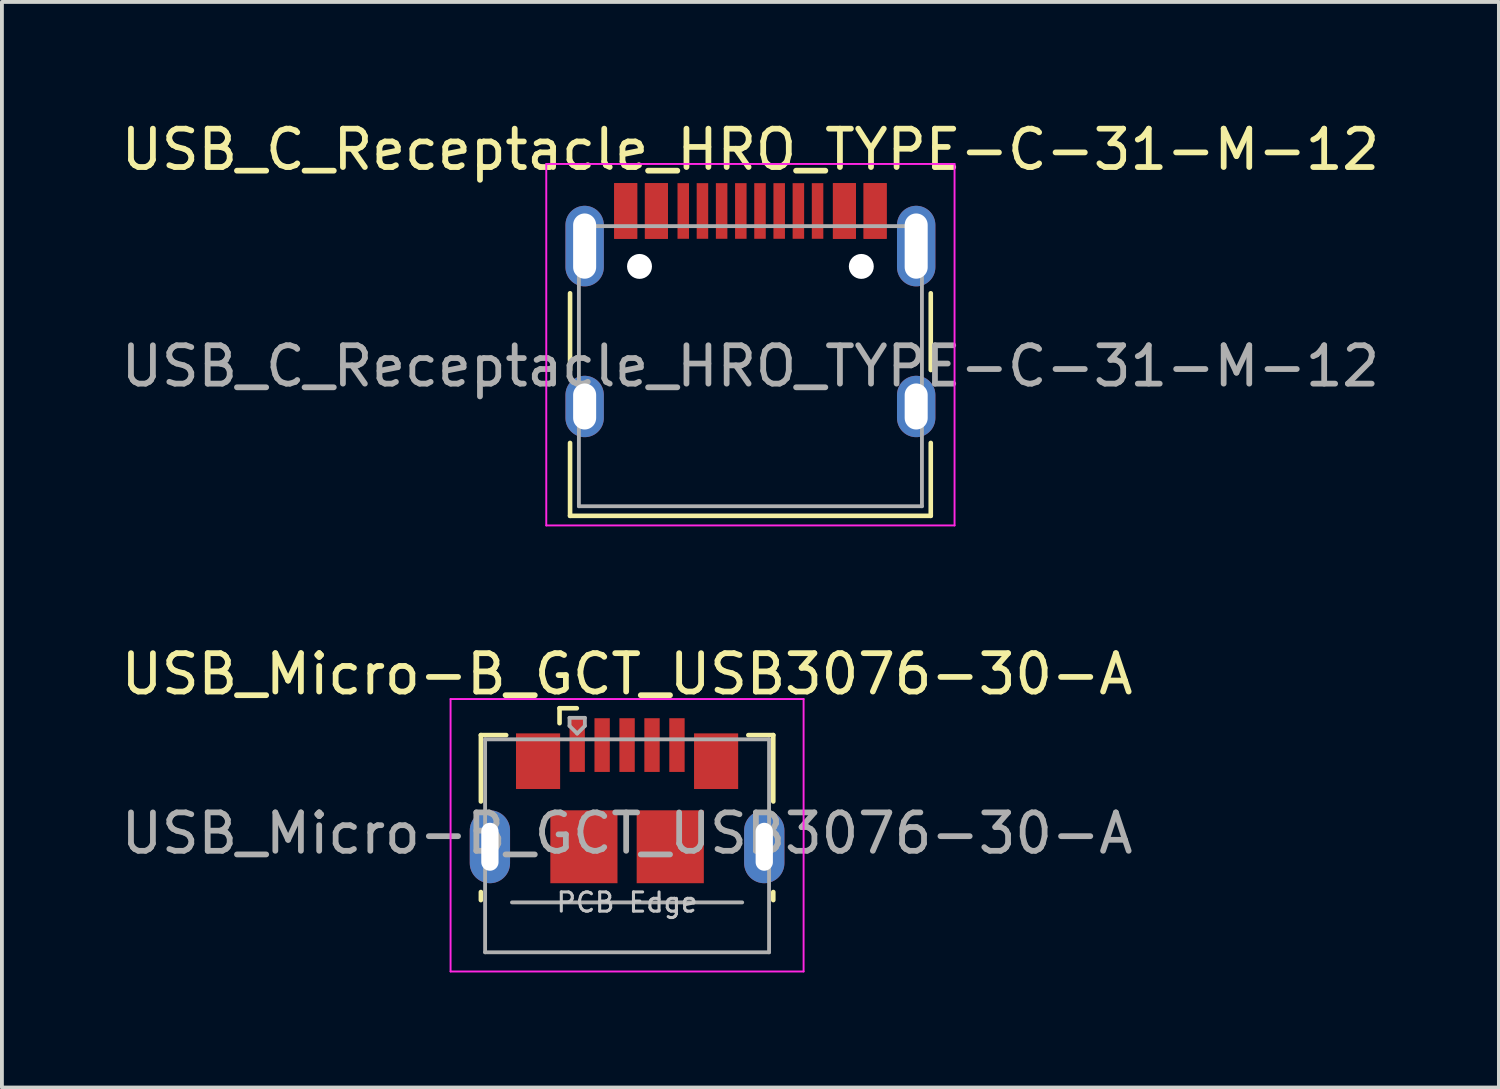
<source format=kicad_pcb>
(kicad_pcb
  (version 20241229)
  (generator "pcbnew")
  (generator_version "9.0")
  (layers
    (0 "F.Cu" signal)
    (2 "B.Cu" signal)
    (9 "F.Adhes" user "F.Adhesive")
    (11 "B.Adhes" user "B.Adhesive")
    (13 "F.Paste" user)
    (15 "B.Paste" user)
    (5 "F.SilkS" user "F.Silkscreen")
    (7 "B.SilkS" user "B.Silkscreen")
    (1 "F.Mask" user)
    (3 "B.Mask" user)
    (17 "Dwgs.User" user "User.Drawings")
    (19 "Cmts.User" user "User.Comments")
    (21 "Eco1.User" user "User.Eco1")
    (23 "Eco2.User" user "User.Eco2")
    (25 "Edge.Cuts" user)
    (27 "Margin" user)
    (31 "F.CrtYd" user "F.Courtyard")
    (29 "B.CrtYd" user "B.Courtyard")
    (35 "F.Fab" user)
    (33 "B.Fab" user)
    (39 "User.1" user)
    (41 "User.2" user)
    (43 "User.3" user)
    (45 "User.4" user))
  (footprint "USB_Micro-B_GCT_USB3076-30-A"
    (layer "F.Cu")
    (at 13.292 17.817)
    (property "Reference" "USB_Micro-B_GCT_USB3076-30-A" (at 0 -3.3 0) (layer "F.SilkS") (effects (font (size 1 1) (thickness 0.15))))
    (attr smd)
    (fp_line (start -3.81 -1.71) (end -3.15 -1.71) (stroke (width 0.12) (type solid)) (layer "F.SilkS"))
    (fp_line (start -3.81 0.02) (end -3.81 -1.71) (stroke (width 0.12) (type solid)) (layer "F.SilkS"))
    (fp_line (start -3.81 2.59) (end -3.81 2.38) (stroke (width 0.12) (type solid)) (layer "F.SilkS"))
    (fp_line (start -1.76 -2.41) (end -1.76 -2.02) (stroke (width 0.12) (type solid)) (layer "F.SilkS"))
    (fp_line (start -1.76 -2.41) (end -1.31 -2.41) (stroke (width 0.12) (type solid)) (layer "F.SilkS"))
    (fp_line (start 3.81 -1.71) (end 3.16 -1.71) (stroke (width 0.12) (type solid)) (layer "F.SilkS"))
    (fp_line (start 3.81 0.02) (end 3.81 -1.71) (stroke (width 0.12) (type solid)) (layer "F.SilkS"))
    (fp_line (start 3.81 2.59) (end 3.81 2.38) (stroke (width 0.12) (type solid)) (layer "F.SilkS"))
    (fp_line (start -4.6 -2.65) (end 4.6 -2.65) (stroke (width 0.05) (type solid)) (layer "F.CrtYd"))
    (fp_line (start -4.6 4.45) (end -4.6 -2.65) (stroke (width 0.05) (type solid)) (layer "F.CrtYd"))
    (fp_line (start -4.6 4.45) (end 4.6 4.45) (stroke (width 0.05) (type solid)) (layer "F.CrtYd"))
    (fp_line (start 4.6 -2.65) (end 4.6 4.45) (stroke (width 0.05) (type solid)) (layer "F.CrtYd"))
    (fp_line (start -3.7 -1.6) (end 3.7 -1.6) (stroke (width 0.1) (type solid)) (layer "F.Fab"))
    (fp_line (start -3.7 3.95) (end -3.7 -1.6) (stroke (width 0.1) (type solid)) (layer "F.Fab"))
    (fp_line (start -3.7 3.95) (end 3.7 3.95) (stroke (width 0.1) (type solid)) (layer "F.Fab"))
    (fp_line (start -3 2.65) (end 3 2.65) (stroke (width 0.1) (type solid)) (layer "F.Fab"))
    (fp_line (start -1.5 -2.16) (end -1.5 -1.95) (stroke (width 0.1) (type solid)) (layer "F.Fab"))
    (fp_line (start -1.5 -2.16) (end -1.1 -2.16) (stroke (width 0.1) (type solid)) (layer "F.Fab"))
    (fp_line (start -1.3 -1.75) (end -1.5 -1.95) (stroke (width 0.1) (type solid)) (layer "F.Fab"))
    (fp_line (start -1.1 -2.16) (end -1.1 -1.95) (stroke (width 0.1) (type solid)) (layer "F.Fab"))
    (fp_line (start -1.1 -1.95) (end -1.3 -1.75) (stroke (width 0.1) (type solid)) (layer "F.Fab"))
    (fp_line (start 3.7 3.95) (end 3.7 -1.6) (stroke (width 0.1) (type solid)) (layer "F.Fab"))
    (fp_text user "PCB Edge" (at 0 2.65 0) (layer "Dwgs.User") (effects (font (size 0.5 0.5) (thickness 0.08))))
    (fp_text user "${REFERENCE}" (at 0 0.85 0) (layer "F.Fab") (effects (font (size 1 1) (thickness 0.15))))
    (pad "1" smd rect (at -1.3 -1.45) (size 0.4 1.4) (layers "F.Cu" "F.Mask" "F.Paste"))
    (pad "2" smd rect (at -0.65 -1.45) (size 0.4 1.4) (layers "F.Cu" "F.Mask" "F.Paste"))
    (pad "3" smd rect (at 0 -1.45) (size 0.4 1.4) (layers "F.Cu" "F.Mask" "F.Paste"))
    (pad "4" smd rect (at 0.65 -1.45) (size 0.4 1.4) (layers "F.Cu" "F.Mask" "F.Paste"))
    (pad "5" smd rect (at 1.3 -1.45) (size 0.4 1.4) (layers "F.Cu" "F.Mask" "F.Paste"))
    (pad "6" thru_hole oval (at -3.575 1.2 180) (size 1.05 1.9) (drill oval 0.45 1.25) (layers "*.Cu" "*.Mask"))
    (pad "6" smd rect (at -2.32 -1.03) (size 1.15 1.45) (layers "F.Cu" "F.Mask" "F.Paste"))
    (pad "6" smd rect (at -1.125 1.2) (size 1.75 1.9) (layers "F.Cu" "F.Mask" "F.Paste"))
    (pad "6" smd rect (at 1.125 1.2) (size 1.75 1.9) (layers "F.Cu" "F.Mask" "F.Paste"))
    (pad "6" smd rect (at 2.32 -1.03) (size 1.15 1.45) (layers "F.Cu" "F.Mask" "F.Paste"))
    (pad "6" thru_hole oval (at 3.575 1.2) (size 1.05 1.9) (drill oval 0.45 1.25) (layers "*.Cu" "*.Mask")))
  (footprint "USB_C_Receptacle_HRO_TYPE-C-31-M-12"
    (layer "F.Cu")
    (at 16.506 5.111)
    (property "Reference" "USB_C_Receptacle_HRO_TYPE-C-31-M-12" (at 0 -4.263 0) (layer "F.SilkS") (effects (font (size 1 1) (thickness 0.15))))
    (attr smd)
    (fp_line (start -4.7 -0.518) (end -4.7 1.482) (stroke (width 0.12) (type solid)) (layer "F.SilkS"))
    (fp_line (start -4.7 3.382) (end -4.7 5.282) (stroke (width 0.12) (type solid)) (layer "F.SilkS"))
    (fp_line (start -4.7 5.282) (end 4.7 5.282) (stroke (width 0.12) (type solid)) (layer "F.SilkS"))
    (fp_line (start 4.7 -0.518) (end 4.7 1.482) (stroke (width 0.12) (type solid)) (layer "F.SilkS"))
    (fp_line (start 4.7 3.382) (end 4.7 5.282) (stroke (width 0.12) (type solid)) (layer "F.SilkS"))
    (fp_line (start -5.32 -3.888) (end -5.32 5.532) (stroke (width 0.05) (type solid)) (layer "F.CrtYd"))
    (fp_line (start -5.32 -3.888) (end 5.32 -3.888) (stroke (width 0.05) (type solid)) (layer "F.CrtYd"))
    (fp_line (start -5.32 5.532) (end 5.32 5.532) (stroke (width 0.05) (type solid)) (layer "F.CrtYd"))
    (fp_line (start 5.32 -3.888) (end 5.32 5.532) (stroke (width 0.05) (type solid)) (layer "F.CrtYd"))
    (fp_line (start -4.47 -2.268) (end -4.47 5.032) (stroke (width 0.1) (type solid)) (layer "F.Fab"))
    (fp_line (start -4.47 -2.268) (end 4.47 -2.268) (stroke (width 0.1) (type solid)) (layer "F.Fab"))
    (fp_line (start -4.47 5.032) (end 4.47 5.032) (stroke (width 0.1) (type solid)) (layer "F.Fab"))
    (fp_line (start 4.47 -2.268) (end 4.47 5.032) (stroke (width 0.1) (type solid)) (layer "F.Fab"))
    (fp_text user "${REFERENCE}" (at 0 1.382 0) (layer "F.Fab") (effects (font (size 1 1) (thickness 0.15))))
    (pad "" np_thru_hole circle (at -2.89 -1.218) (size 0.65 0.65) (drill 0.65) (layers "*.Cu" "*.Mask"))
    (pad "" np_thru_hole circle (at 2.89 -1.218) (size 0.65 0.65) (drill 0.65) (layers "*.Cu" "*.Mask"))
    (pad "A1" smd rect (at -3.25 -2.663) (size 0.6 1.45) (layers "F.Cu" "F.Mask" "F.Paste"))
    (pad "A4" smd rect (at -2.45 -2.663) (size 0.6 1.45) (layers "F.Cu" "F.Mask" "F.Paste"))
    (pad "A5" smd rect (at -1.25 -2.663) (size 0.3 1.45) (layers "F.Cu" "F.Mask" "F.Paste"))
    (pad "A6" smd rect (at -0.25 -2.663) (size 0.3 1.45) (layers "F.Cu" "F.Mask" "F.Paste"))
    (pad "A7" smd rect (at 0.25 -2.663) (size 0.3 1.45) (layers "F.Cu" "F.Mask" "F.Paste"))
    (pad "A8" smd rect (at 1.25 -2.663) (size 0.3 1.45) (layers "F.Cu" "F.Mask" "F.Paste"))
    (pad "A9" smd rect (at 2.45 -2.663) (size 0.6 1.45) (layers "F.Cu" "F.Mask" "F.Paste"))
    (pad "A12" smd rect (at 3.25 -2.663) (size 0.6 1.45) (layers "F.Cu" "F.Mask" "F.Paste"))
    (pad "B1" smd rect (at 3.25 -2.663) (size 0.6 1.45) (layers "F.Cu" "F.Mask" "F.Paste"))
    (pad "B4" smd rect (at 2.45 -2.663) (size 0.6 1.45) (layers "F.Cu" "F.Mask" "F.Paste"))
    (pad "B5" smd rect (at 1.75 -2.663) (size 0.3 1.45) (layers "F.Cu" "F.Mask" "F.Paste"))
    (pad "B6" smd rect (at 0.75 -2.663) (size 0.3 1.45) (layers "F.Cu" "F.Mask" "F.Paste"))
    (pad "B7" smd rect (at -0.75 -2.663) (size 0.3 1.45) (layers "F.Cu" "F.Mask" "F.Paste"))
    (pad "B8" smd rect (at -1.75 -2.663) (size 0.3 1.45) (layers "F.Cu" "F.Mask" "F.Paste"))
    (pad "B9" smd rect (at -2.45 -2.663) (size 0.6 1.45) (layers "F.Cu" "F.Mask" "F.Paste"))
    (pad "B12" smd rect (at -3.25 -2.663) (size 0.6 1.45) (layers "F.Cu" "F.Mask" "F.Paste"))
    (pad "S1" thru_hole oval (at -4.32 -1.748) (size 1 2.1) (drill oval 0.6 1.7) (layers "*.Cu" "*.Mask"))
    (pad "S1" thru_hole oval (at -4.32 2.432) (size 1 1.6) (drill oval 0.6 1.2) (layers "*.Cu" "*.Mask"))
    (pad "S1" thru_hole oval (at 4.32 -1.748) (size 1 2.1) (drill oval 0.6 1.7) (layers "*.Cu" "*.Mask"))
    (pad "S1" thru_hole oval (at 4.32 2.432) (size 1 1.6) (drill oval 0.6 1.2) (layers "*.Cu" "*.Mask")))
  (gr_rect
    (start -3 -3)
    (end 36.012 25.291)
    (stroke (width 0.1) (type default))
    (fill no)
    (layer "Edge.Cuts")))
</source>
